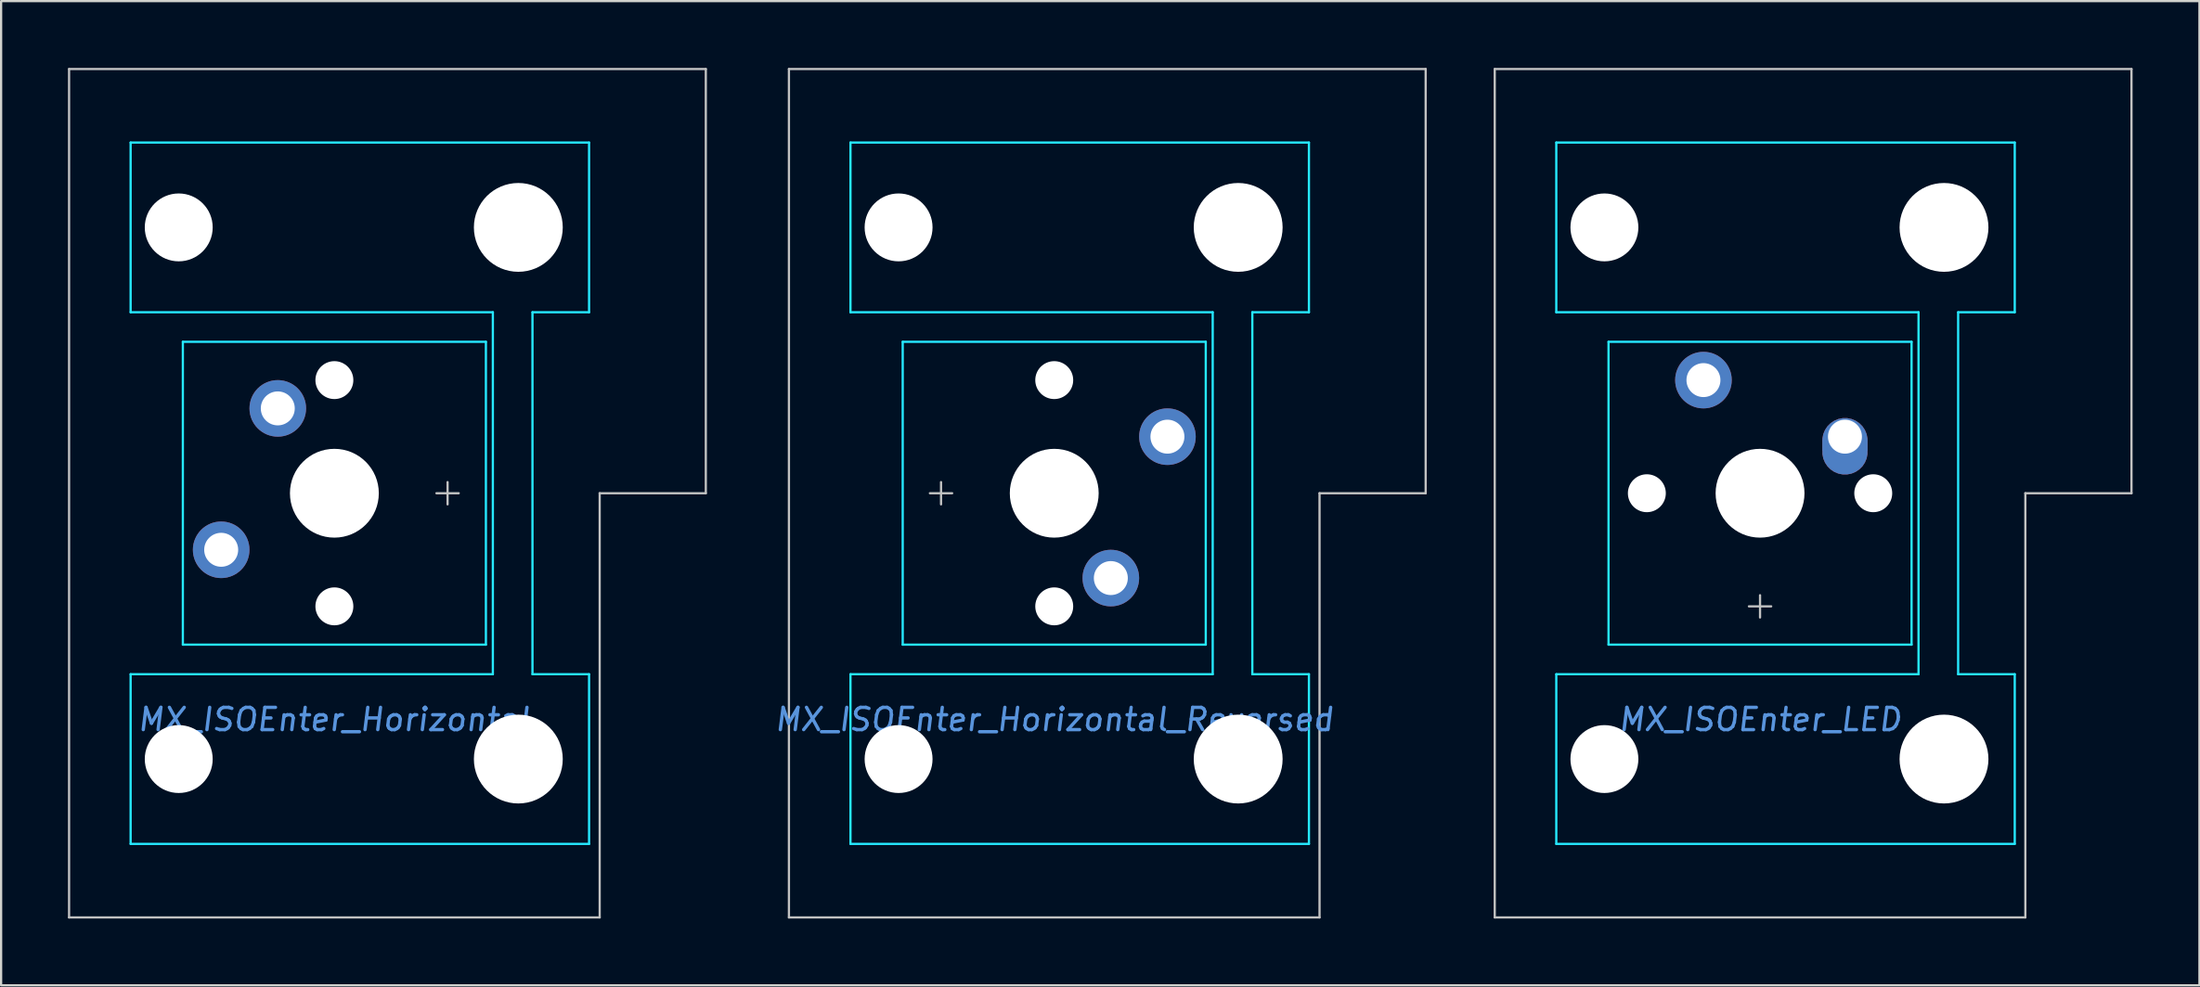
<source format=kicad_pcb>
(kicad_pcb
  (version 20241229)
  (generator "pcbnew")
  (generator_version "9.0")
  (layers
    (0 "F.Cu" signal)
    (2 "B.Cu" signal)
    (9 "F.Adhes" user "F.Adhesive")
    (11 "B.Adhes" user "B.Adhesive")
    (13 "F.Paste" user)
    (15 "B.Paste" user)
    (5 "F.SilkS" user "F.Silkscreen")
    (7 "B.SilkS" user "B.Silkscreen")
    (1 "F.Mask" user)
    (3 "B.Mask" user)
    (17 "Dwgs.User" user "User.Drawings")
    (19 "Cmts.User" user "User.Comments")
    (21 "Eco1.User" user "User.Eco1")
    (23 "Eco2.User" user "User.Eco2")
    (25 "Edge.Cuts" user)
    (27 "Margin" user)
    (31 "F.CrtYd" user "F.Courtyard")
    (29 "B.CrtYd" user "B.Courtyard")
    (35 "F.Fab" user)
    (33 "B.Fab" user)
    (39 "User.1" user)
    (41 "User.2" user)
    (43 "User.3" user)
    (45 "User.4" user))
  (footprint "MX_ISOEnter_Horizontal_Reversed"
    (layer "F.Cu")
    (at 44.261 19.1)
    (property "Reference" "MX_ISOEnter_Horizontal_Reversed" (at 0 10.16 0) (layer "Cmts.User") (effects (font (size 1 1) (thickness 0.15) (italic yes))))
    (fp_line (start -11.906 19.05) (end -11.906 -19.05) (stroke (width 0.1) (type solid)) (layer "Dwgs.User"))
    (fp_line (start -5.58 0) (end -4.58 0) (stroke (width 0.1) (type solid)) (layer "Dwgs.User"))
    (fp_line (start -5.08 0.5) (end -5.08 -0.5) (stroke (width 0.1) (type solid)) (layer "Dwgs.User"))
    (fp_line (start 11.906 19.05) (end -11.906 19.05) (stroke (width 0.1) (type solid)) (layer "Dwgs.User"))
    (fp_line (start 11.906 19.05) (end 11.906 0) (stroke (width 0.1) (type solid)) (layer "Dwgs.User"))
    (fp_line (start 16.669 -19.05) (end -11.906 -19.05) (stroke (width 0.1) (type solid)) (layer "Dwgs.User"))
    (fp_line (start 16.669 0) (end 11.906 0) (stroke (width 0.1) (type solid)) (layer "Dwgs.User"))
    (fp_line (start 16.669 0) (end 16.669 -19.05) (stroke (width 0.1) (type solid)) (layer "Dwgs.User"))
    (fp_line (start -7 -6.5) (end -7 6.5) (stroke (width 0.1) (type solid)) (layer "Eco1.User"))
    (fp_line (start -6.5 7) (end 6.5 7) (stroke (width 0.1) (type solid)) (layer "Eco1.User"))
    (fp_line (start -5.985 -8.938) (end -5.985 -14.938) (stroke (width 0.1) (type solid)) (layer "Eco1.User"))
    (fp_line (start -5.985 14.938) (end -5.985 8.938) (stroke (width 0.1) (type solid)) (layer "Eco1.User"))
    (fp_line (start -5.485 -8.438) (end 8.515 -8.438) (stroke (width 0.1) (type solid)) (layer "Eco1.User"))
    (fp_line (start -5.485 15.438) (end 8.515 15.438) (stroke (width 0.1) (type solid)) (layer "Eco1.User"))
    (fp_line (start 6.5 -7) (end -6.5 -7) (stroke (width 0.1) (type solid)) (layer "Eco1.User"))
    (fp_line (start 7 6.5) (end 7 -6.5) (stroke (width 0.1) (type solid)) (layer "Eco1.User"))
    (fp_line (start 8.515 -15.438) (end -5.485 -15.438) (stroke (width 0.1) (type solid)) (layer "Eco1.User"))
    (fp_line (start 8.515 8.438) (end -5.485 8.438) (stroke (width 0.1) (type solid)) (layer "Eco1.User"))
    (fp_line (start 9.015 -14.938) (end 9.015 -8.938) (stroke (width 0.1) (type solid)) (layer "Eco1.User"))
    (fp_line (start 9.015 8.938) (end 9.015 14.938) (stroke (width 0.1) (type solid)) (layer "Eco1.User"))
    (fp_arc (start -7 -6.5) (mid -6.853553 -6.853553) (end -6.5 -7) (stroke (width 0.1) (type solid)) (layer "Eco1.User"))
    (fp_arc (start -6.5 7) (mid -6.853553 6.853553) (end -7 6.5) (stroke (width 0.1) (type solid)) (layer "Eco1.User"))
    (fp_arc (start -5.985 -14.938) (mid -5.838553 -15.291553) (end -5.485 -15.438) (stroke (width 0.1) (type solid)) (layer "Eco1.User"))
    (fp_arc (start -5.985 8.938) (mid -5.838553 8.584447) (end -5.485 8.438) (stroke (width 0.1) (type solid)) (layer "Eco1.User"))
    (fp_arc (start -5.485 -8.438) (mid -5.838553 -8.584447) (end -5.985 -8.938) (stroke (width 0.1) (type solid)) (layer "Eco1.User"))
    (fp_arc (start -5.485 15.438) (mid -5.838553 15.291553) (end -5.985 14.938) (stroke (width 0.1) (type solid)) (layer "Eco1.User"))
    (fp_arc (start 6.5 -7) (mid 6.853553 -6.853553) (end 7 -6.5) (stroke (width 0.1) (type solid)) (layer "Eco1.User"))
    (fp_arc (start 7 6.5) (mid 6.853553 6.853553) (end 6.5 7) (stroke (width 0.1) (type solid)) (layer "Eco1.User"))
    (fp_arc (start 8.515 -15.438) (mid 8.868553 -15.291553) (end 9.015 -14.938) (stroke (width 0.1) (type solid)) (layer "Eco1.User"))
    (fp_arc (start 8.515 8.438) (mid 8.868553 8.584447) (end 9.015 8.938) (stroke (width 0.1) (type solid)) (layer "Eco1.User"))
    (fp_arc (start 9.015 -8.938) (mid 8.868553 -8.584447) (end 8.515 -8.438) (stroke (width 0.1) (type solid)) (layer "Eco1.User"))
    (fp_arc (start 9.015 14.938) (mid 8.868553 15.291553) (end 8.515 15.438) (stroke (width 0.1) (type solid)) (layer "Eco1.User"))
    (fp_line (start -9.144 -15.748) (end 11.43 -15.748) (stroke (width 0.1) (type solid)) (layer "B.CrtYd"))
    (fp_line (start -9.144 -8.128) (end -9.144 -15.748) (stroke (width 0.1) (type solid)) (layer "B.CrtYd"))
    (fp_line (start -9.144 -8.128) (end 7.112 -8.128) (stroke (width 0.1) (type solid)) (layer "B.CrtYd"))
    (fp_line (start -9.144 8.128) (end 7.112 8.128) (stroke (width 0.1) (type solid)) (layer "B.CrtYd"))
    (fp_line (start -9.144 15.748) (end -9.144 8.128) (stroke (width 0.1) (type solid)) (layer "B.CrtYd"))
    (fp_line (start -6.8 -6.8) (end 6.8 -6.8) (stroke (width 0.1) (type solid)) (layer "B.CrtYd"))
    (fp_line (start -6.8 6.8) (end -6.8 -6.8) (stroke (width 0.1) (type solid)) (layer "B.CrtYd"))
    (fp_line (start -6.8 6.8) (end 6.8 6.8) (stroke (width 0.1) (type solid)) (layer "B.CrtYd"))
    (fp_line (start 6.8 6.8) (end 6.8 -6.8) (stroke (width 0.1) (type solid)) (layer "B.CrtYd"))
    (fp_line (start 7.112 8.128) (end 7.112 -8.128) (stroke (width 0.1) (type solid)) (layer "B.CrtYd"))
    (fp_line (start 8.89 8.128) (end 8.89 -8.128) (stroke (width 0.1) (type solid)) (layer "B.CrtYd"))
    (fp_line (start 11.43 -15.748) (end 11.43 -8.128) (stroke (width 0.1) (type solid)) (layer "B.CrtYd"))
    (fp_line (start 11.43 -8.128) (end 8.89 -8.128) (stroke (width 0.1) (type solid)) (layer "B.CrtYd"))
    (fp_line (start 11.43 8.128) (end 8.89 8.128) (stroke (width 0.1) (type solid)) (layer "B.CrtYd"))
    (fp_line (start 11.43 8.128) (end 11.43 15.748) (stroke (width 0.1) (type solid)) (layer "B.CrtYd"))
    (fp_line (start 11.43 15.748) (end -9.144 15.748) (stroke (width 0.1) (type solid)) (layer "B.CrtYd"))
    (pad "" np_thru_hole circle (at -6.985 -11.938 90) (size 3.048 3.048) (drill 3.048) (layers "*.Cu" "*.Mask"))
    (pad "" np_thru_hole circle (at -6.985 11.938 90) (size 3.048 3.048) (drill 3.048) (layers "*.Cu" "*.Mask"))
    (pad "" np_thru_hole circle (at 0 -5.08 270) (size 1.702 1.702) (drill 1.702) (layers "*.Cu" "*.Mask"))
    (pad "" np_thru_hole circle (at 0 0 270) (size 3.988 3.988) (drill 3.988) (layers "*.Cu" "*.Mask"))
    (pad "" np_thru_hole circle (at 0 5.08 270) (size 1.702 1.702) (drill 1.702) (layers "*.Cu" "*.Mask"))
    (pad "" connect circle (at 2.54 3.81 270) (size 1.524 1.524) (layers "B.Mask"))
    (pad "" connect circle (at 5.08 -2.54 270) (size 1.524 1.524) (layers "B.Mask"))
    (pad "" np_thru_hole circle (at 8.255 -11.938 90) (size 3.988 3.988) (drill 3.988) (layers "*.Cu" "*.Mask"))
    (pad "" np_thru_hole circle (at 8.255 11.938 90) (size 3.988 3.988) (drill 3.988) (layers "*.Cu" "*.Mask"))
    (pad "1" thru_hole circle (at 5.08 -2.54 270) (size 2.54 2.54) (drill 1.524) (layers "*.Cu" "F.Mask"))
    (pad "2" thru_hole circle (at 2.54 3.81 270) (size 2.54 2.54) (drill 1.524) (layers "*.Cu" "F.Mask")))
  (footprint "MX_ISOEnter_LED"
    (layer "F.Cu")
    (at 75.936 19.1)
    (property "Reference" "MX_ISOEnter_LED" (at 0 10.16 0) (layer "Cmts.User") (effects (font (size 1 1) (thickness 0.15) (italic yes))))
    (attr through_hole)
    (fp_line (start -11.906 19.05) (end -11.906 -19.05) (stroke (width 0.1) (type solid)) (layer "Dwgs.User"))
    (fp_line (start -0.5 5.08) (end 0.5 5.08) (stroke (width 0.1) (type solid)) (layer "Dwgs.User"))
    (fp_line (start 0 5.58) (end 0 4.58) (stroke (width 0.1) (type solid)) (layer "Dwgs.User"))
    (fp_line (start 11.906 19.05) (end -11.906 19.05) (stroke (width 0.1) (type solid)) (layer "Dwgs.User"))
    (fp_line (start 11.906 19.05) (end 11.906 0) (stroke (width 0.1) (type solid)) (layer "Dwgs.User"))
    (fp_line (start 16.669 -19.05) (end -11.906 -19.05) (stroke (width 0.1) (type solid)) (layer "Dwgs.User"))
    (fp_line (start 16.669 0) (end 11.906 0) (stroke (width 0.1) (type solid)) (layer "Dwgs.User"))
    (fp_line (start 16.669 0) (end 16.669 -19.05) (stroke (width 0.1) (type solid)) (layer "Dwgs.User"))
    (fp_line (start -7 -6.5) (end -7 6.5) (stroke (width 0.1) (type solid)) (layer "Eco1.User"))
    (fp_line (start -6.5 7) (end 6.5 7) (stroke (width 0.1) (type solid)) (layer "Eco1.User"))
    (fp_line (start -5.985 -8.938) (end -5.985 -14.938) (stroke (width 0.1) (type solid)) (layer "Eco1.User"))
    (fp_line (start -5.985 14.938) (end -5.985 8.938) (stroke (width 0.1) (type solid)) (layer "Eco1.User"))
    (fp_line (start -5.485 -8.438) (end 8.515 -8.438) (stroke (width 0.1) (type solid)) (layer "Eco1.User"))
    (fp_line (start -5.485 15.438) (end 8.515 15.438) (stroke (width 0.1) (type solid)) (layer "Eco1.User"))
    (fp_line (start 6.5 -7) (end -6.5 -7) (stroke (width 0.1) (type solid)) (layer "Eco1.User"))
    (fp_line (start 7 6.5) (end 7 -6.5) (stroke (width 0.1) (type solid)) (layer "Eco1.User"))
    (fp_line (start 8.515 -15.438) (end -5.485 -15.438) (stroke (width 0.1) (type solid)) (layer "Eco1.User"))
    (fp_line (start 8.515 8.438) (end -5.485 8.438) (stroke (width 0.1) (type solid)) (layer "Eco1.User"))
    (fp_line (start 9.015 -14.938) (end 9.015 -8.938) (stroke (width 0.1) (type solid)) (layer "Eco1.User"))
    (fp_line (start 9.015 8.938) (end 9.015 14.938) (stroke (width 0.1) (type solid)) (layer "Eco1.User"))
    (fp_arc (start -7 -6.5) (mid -6.853553 -6.853553) (end -6.5 -7) (stroke (width 0.1) (type solid)) (layer "Eco1.User"))
    (fp_arc (start -6.5 7) (mid -6.853553 6.853553) (end -7 6.5) (stroke (width 0.1) (type solid)) (layer "Eco1.User"))
    (fp_arc (start -5.985 -14.938) (mid -5.838553 -15.291553) (end -5.485 -15.438) (stroke (width 0.1) (type solid)) (layer "Eco1.User"))
    (fp_arc (start -5.985 8.938) (mid -5.838553 8.584447) (end -5.485 8.438) (stroke (width 0.1) (type solid)) (layer "Eco1.User"))
    (fp_arc (start -5.485 -8.438) (mid -5.838553 -8.584447) (end -5.985 -8.938) (stroke (width 0.1) (type solid)) (layer "Eco1.User"))
    (fp_arc (start -5.485 15.438) (mid -5.838553 15.291553) (end -5.985 14.938) (stroke (width 0.1) (type solid)) (layer "Eco1.User"))
    (fp_arc (start 6.5 -7) (mid 6.853553 -6.853553) (end 7 -6.5) (stroke (width 0.1) (type solid)) (layer "Eco1.User"))
    (fp_arc (start 7 6.5) (mid 6.853553 6.853553) (end 6.5 7) (stroke (width 0.1) (type solid)) (layer "Eco1.User"))
    (fp_arc (start 8.515 -15.438) (mid 8.868553 -15.291553) (end 9.015 -14.938) (stroke (width 0.1) (type solid)) (layer "Eco1.User"))
    (fp_arc (start 8.515 8.438) (mid 8.868553 8.584447) (end 9.015 8.938) (stroke (width 0.1) (type solid)) (layer "Eco1.User"))
    (fp_arc (start 9.015 -8.938) (mid 8.868553 -8.584447) (end 8.515 -8.438) (stroke (width 0.1) (type solid)) (layer "Eco1.User"))
    (fp_arc (start 9.015 14.938) (mid 8.868553 15.291553) (end 8.515 15.438) (stroke (width 0.1) (type solid)) (layer "Eco1.User"))
    (fp_line (start -9.144 -15.748) (end 11.43 -15.748) (stroke (width 0.1) (type solid)) (layer "B.CrtYd"))
    (fp_line (start -9.144 -8.128) (end -9.144 -15.748) (stroke (width 0.1) (type solid)) (layer "B.CrtYd"))
    (fp_line (start -9.144 -8.128) (end 7.112 -8.128) (stroke (width 0.1) (type solid)) (layer "B.CrtYd"))
    (fp_line (start -9.144 8.128) (end 7.112 8.128) (stroke (width 0.1) (type solid)) (layer "B.CrtYd"))
    (fp_line (start -9.144 15.748) (end -9.144 8.128) (stroke (width 0.1) (type solid)) (layer "B.CrtYd"))
    (fp_line (start -6.8 6.8) (end -6.8 -6.8) (stroke (width 0.1) (type solid)) (layer "B.CrtYd"))
    (fp_line (start 6.8 -6.8) (end -6.8 -6.8) (stroke (width 0.1) (type solid)) (layer "B.CrtYd"))
    (fp_line (start 6.8 6.8) (end -6.8 6.8) (stroke (width 0.1) (type solid)) (layer "B.CrtYd"))
    (fp_line (start 6.8 6.8) (end 6.8 -6.8) (stroke (width 0.1) (type solid)) (layer "B.CrtYd"))
    (fp_line (start 7.112 8.128) (end 7.112 -8.128) (stroke (width 0.1) (type solid)) (layer "B.CrtYd"))
    (fp_line (start 8.89 8.128) (end 8.89 -8.128) (stroke (width 0.1) (type solid)) (layer "B.CrtYd"))
    (fp_line (start 11.43 -15.748) (end 11.43 -8.128) (stroke (width 0.1) (type solid)) (layer "B.CrtYd"))
    (fp_line (start 11.43 -8.128) (end 8.89 -8.128) (stroke (width 0.1) (type solid)) (layer "B.CrtYd"))
    (fp_line (start 11.43 8.128) (end 8.89 8.128) (stroke (width 0.1) (type solid)) (layer "B.CrtYd"))
    (fp_line (start 11.43 8.128) (end 11.43 15.748) (stroke (width 0.1) (type solid)) (layer "B.CrtYd"))
    (fp_line (start 11.43 15.748) (end -9.144 15.748) (stroke (width 0.1) (type solid)) (layer "B.CrtYd"))
    (pad "" np_thru_hole circle (at -6.985 -11.938 90) (size 3.048 3.048) (drill 3.048) (layers "*.Cu" "*.Mask"))
    (pad "" np_thru_hole circle (at -6.985 11.938 90) (size 3.048 3.048) (drill 3.048) (layers "*.Cu" "*.Mask"))
    (pad "" np_thru_hole circle (at -5.08 0) (size 1.702 1.702) (drill 1.702) (layers "*.Cu" "*.Mask"))
    (pad "" connect circle (at -2.54 -5.08) (size 1.27 1.27) (layers "B.Mask"))
    (pad "" np_thru_hole circle (at 0 0) (size 3.988 3.988) (drill 3.988) (layers "*.Cu" "*.Mask"))
    (pad "" connect circle (at 3.81 -2.54 90) (size 1.27 1.27) (layers "B.Mask"))
    (pad "" np_thru_hole circle (at 5.08 0) (size 1.702 1.702) (drill 1.702) (layers "*.Cu" "*.Mask"))
    (pad "" np_thru_hole circle (at 8.255 -11.938 90) (size 3.988 3.988) (drill 3.988) (layers "*.Cu" "*.Mask"))
    (pad "" np_thru_hole circle (at 8.255 11.938 90) (size 3.988 3.988) (drill 3.988) (layers "*.Cu" "*.Mask"))
    (pad "1" thru_hole circle (at -2.54 -5.08) (size 2.54 2.54) (drill 1.524) (layers "*.Cu" "F.Mask"))
    (pad "2" thru_hole custom (at 3.81 -2.54) (size 1.651 1.651) (drill 1.524) (layers "*.Cu" "F.Mask") (options (anchor circle)) (primitives (gr_circle (center 0 0.178) (end 1.016 0.178) (width 0) (fill yes)) (gr_circle (center 0 0.686) (end 1.016 0.686) (width 0) (fill yes)) (gr_poly (pts (xy 1.016 0.635) (xy -1.016 0.635) (xy -1.016 0.127) (xy 1.016 0.127)) (width 0) (fill yes)))))
  (footprint "MX_ISOEnter_Horizontal"
    (layer "F.Cu")
    (at 11.956 19.1)
    (property "Reference" "MX_ISOEnter_Horizontal" (at 0 10.16 0) (layer "Cmts.User") (effects (font (size 1 1) (thickness 0.15) (italic yes))))
    (fp_line (start -11.906 19.05) (end -11.906 -19.05) (stroke (width 0.1) (type solid)) (layer "Dwgs.User"))
    (fp_line (start 4.58 0) (end 5.58 0) (stroke (width 0.1) (type solid)) (layer "Dwgs.User"))
    (fp_line (start 5.08 0.5) (end 5.08 -0.5) (stroke (width 0.1) (type solid)) (layer "Dwgs.User"))
    (fp_line (start 11.906 19.05) (end -11.906 19.05) (stroke (width 0.1) (type solid)) (layer "Dwgs.User"))
    (fp_line (start 11.906 19.05) (end 11.906 0) (stroke (width 0.1) (type solid)) (layer "Dwgs.User"))
    (fp_line (start 16.669 -19.05) (end -11.906 -19.05) (stroke (width 0.1) (type solid)) (layer "Dwgs.User"))
    (fp_line (start 16.669 0) (end 11.906 0) (stroke (width 0.1) (type solid)) (layer "Dwgs.User"))
    (fp_line (start 16.669 0) (end 16.669 -19.05) (stroke (width 0.1) (type solid)) (layer "Dwgs.User"))
    (fp_line (start -7 -6.5) (end -7 6.5) (stroke (width 0.1) (type solid)) (layer "Eco1.User"))
    (fp_line (start -6.5 7) (end 6.5 7) (stroke (width 0.1) (type solid)) (layer "Eco1.User"))
    (fp_line (start -5.985 -8.938) (end -5.985 -14.938) (stroke (width 0.1) (type solid)) (layer "Eco1.User"))
    (fp_line (start -5.985 14.938) (end -5.985 8.938) (stroke (width 0.1) (type solid)) (layer "Eco1.User"))
    (fp_line (start -5.485 -8.438) (end 8.515 -8.438) (stroke (width 0.1) (type solid)) (layer "Eco1.User"))
    (fp_line (start -5.485 15.438) (end 8.515 15.438) (stroke (width 0.1) (type solid)) (layer "Eco1.User"))
    (fp_line (start 6.5 -7) (end -6.5 -7) (stroke (width 0.1) (type solid)) (layer "Eco1.User"))
    (fp_line (start 7 6.5) (end 7 -6.5) (stroke (width 0.1) (type solid)) (layer "Eco1.User"))
    (fp_line (start 8.515 -15.438) (end -5.485 -15.438) (stroke (width 0.1) (type solid)) (layer "Eco1.User"))
    (fp_line (start 8.515 8.438) (end -5.485 8.438) (stroke (width 0.1) (type solid)) (layer "Eco1.User"))
    (fp_line (start 9.015 -14.938) (end 9.015 -8.938) (stroke (width 0.1) (type solid)) (layer "Eco1.User"))
    (fp_line (start 9.015 8.938) (end 9.015 14.938) (stroke (width 0.1) (type solid)) (layer "Eco1.User"))
    (fp_arc (start -7 -6.5) (mid -6.853553 -6.853553) (end -6.5 -7) (stroke (width 0.1) (type solid)) (layer "Eco1.User"))
    (fp_arc (start -6.5 7) (mid -6.853553 6.853553) (end -7 6.5) (stroke (width 0.1) (type solid)) (layer "Eco1.User"))
    (fp_arc (start -5.985 -14.938) (mid -5.838553 -15.291553) (end -5.485 -15.438) (stroke (width 0.1) (type solid)) (layer "Eco1.User"))
    (fp_arc (start -5.985 8.938) (mid -5.838553 8.584447) (end -5.485 8.438) (stroke (width 0.1) (type solid)) (layer "Eco1.User"))
    (fp_arc (start -5.485 -8.438) (mid -5.838553 -8.584447) (end -5.985 -8.938) (stroke (width 0.1) (type solid)) (layer "Eco1.User"))
    (fp_arc (start -5.485 15.438) (mid -5.838553 15.291553) (end -5.985 14.938) (stroke (width 0.1) (type solid)) (layer "Eco1.User"))
    (fp_arc (start 6.5 -7) (mid 6.853553 -6.853553) (end 7 -6.5) (stroke (width 0.1) (type solid)) (layer "Eco1.User"))
    (fp_arc (start 7 6.5) (mid 6.853553 6.853553) (end 6.5 7) (stroke (width 0.1) (type solid)) (layer "Eco1.User"))
    (fp_arc (start 8.515 -15.438) (mid 8.868553 -15.291553) (end 9.015 -14.938) (stroke (width 0.1) (type solid)) (layer "Eco1.User"))
    (fp_arc (start 8.515 8.438) (mid 8.868553 8.584447) (end 9.015 8.938) (stroke (width 0.1) (type solid)) (layer "Eco1.User"))
    (fp_arc (start 9.015 -8.938) (mid 8.868553 -8.584447) (end 8.515 -8.438) (stroke (width 0.1) (type solid)) (layer "Eco1.User"))
    (fp_arc (start 9.015 14.938) (mid 8.868553 15.291553) (end 8.515 15.438) (stroke (width 0.1) (type solid)) (layer "Eco1.User"))
    (fp_line (start -9.144 -15.748) (end 11.43 -15.748) (stroke (width 0.1) (type solid)) (layer "B.CrtYd"))
    (fp_line (start -9.144 -8.128) (end -9.144 -15.748) (stroke (width 0.1) (type solid)) (layer "B.CrtYd"))
    (fp_line (start -9.144 -8.128) (end 7.112 -8.128) (stroke (width 0.1) (type solid)) (layer "B.CrtYd"))
    (fp_line (start -9.144 8.128) (end 7.112 8.128) (stroke (width 0.1) (type solid)) (layer "B.CrtYd"))
    (fp_line (start -9.144 15.748) (end -9.144 8.128) (stroke (width 0.1) (type solid)) (layer "B.CrtYd"))
    (fp_line (start -6.8 -6.8) (end -6.8 6.8) (stroke (width 0.1) (type solid)) (layer "B.CrtYd"))
    (fp_line (start 6.8 -6.8) (end -6.8 -6.8) (stroke (width 0.1) (type solid)) (layer "B.CrtYd"))
    (fp_line (start 6.8 -6.8) (end 6.8 6.8) (stroke (width 0.1) (type solid)) (layer "B.CrtYd"))
    (fp_line (start 6.8 6.8) (end -6.8 6.8) (stroke (width 0.1) (type solid)) (layer "B.CrtYd"))
    (fp_line (start 7.112 8.128) (end 7.112 -8.128) (stroke (width 0.1) (type solid)) (layer "B.CrtYd"))
    (fp_line (start 8.89 8.128) (end 8.89 -8.128) (stroke (width 0.1) (type solid)) (layer "B.CrtYd"))
    (fp_line (start 11.43 -15.748) (end 11.43 -8.128) (stroke (width 0.1) (type solid)) (layer "B.CrtYd"))
    (fp_line (start 11.43 -8.128) (end 8.89 -8.128) (stroke (width 0.1) (type solid)) (layer "B.CrtYd"))
    (fp_line (start 11.43 8.128) (end 8.89 8.128) (stroke (width 0.1) (type solid)) (layer "B.CrtYd"))
    (fp_line (start 11.43 8.128) (end 11.43 15.748) (stroke (width 0.1) (type solid)) (layer "B.CrtYd"))
    (fp_line (start 11.43 15.748) (end -9.144 15.748) (stroke (width 0.1) (type solid)) (layer "B.CrtYd"))
    (pad "" np_thru_hole circle (at -6.985 -11.938 90) (size 3.048 3.048) (drill 3.048) (layers "*.Cu" "*.Mask"))
    (pad "" np_thru_hole circle (at -6.985 11.938 90) (size 3.048 3.048) (drill 3.048) (layers "*.Cu" "*.Mask"))
    (pad "" connect circle (at -5.08 2.54 90) (size 1.524 1.524) (layers "B.Mask"))
    (pad "" connect circle (at -2.54 -3.81 90) (size 1.524 1.524) (layers "B.Mask"))
    (pad "" np_thru_hole circle (at 0 -5.08 90) (size 1.702 1.702) (drill 1.702) (layers "*.Cu" "*.Mask"))
    (pad "" np_thru_hole circle (at 0 0 90) (size 3.988 3.988) (drill 3.988) (layers "*.Cu" "*.Mask"))
    (pad "" np_thru_hole circle (at 0 5.08 90) (size 1.702 1.702) (drill 1.702) (layers "*.Cu" "*.Mask"))
    (pad "" np_thru_hole circle (at 8.255 -11.938 90) (size 3.988 3.988) (drill 3.988) (layers "*.Cu" "*.Mask"))
    (pad "" np_thru_hole circle (at 8.255 11.938 90) (size 3.988 3.988) (drill 3.988) (layers "*.Cu" "*.Mask"))
    (pad "1" thru_hole circle (at -5.08 2.54 90) (size 2.54 2.54) (drill 1.524) (layers "*.Cu" "F.Mask"))
    (pad "2" thru_hole circle (at -2.54 -3.81 90) (size 2.54 2.54) (drill 1.524) (layers "*.Cu" "F.Mask")))
  (gr_rect
    (start -3 -3)
    (end 95.655 41.2)
    (stroke (width 0.1) (type default))
    (fill no)
    (layer "Edge.Cuts")))
</source>
